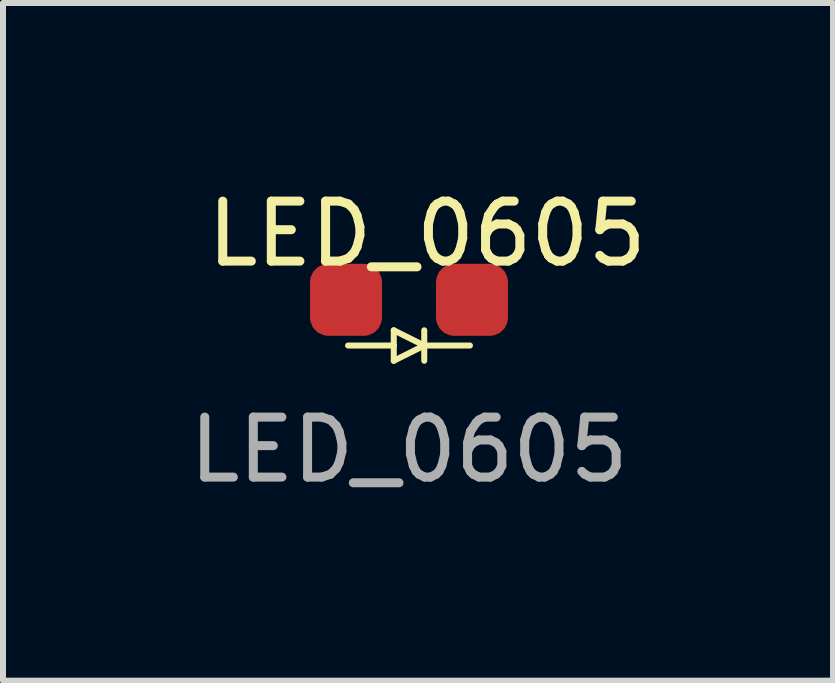
<source format=kicad_pcb>
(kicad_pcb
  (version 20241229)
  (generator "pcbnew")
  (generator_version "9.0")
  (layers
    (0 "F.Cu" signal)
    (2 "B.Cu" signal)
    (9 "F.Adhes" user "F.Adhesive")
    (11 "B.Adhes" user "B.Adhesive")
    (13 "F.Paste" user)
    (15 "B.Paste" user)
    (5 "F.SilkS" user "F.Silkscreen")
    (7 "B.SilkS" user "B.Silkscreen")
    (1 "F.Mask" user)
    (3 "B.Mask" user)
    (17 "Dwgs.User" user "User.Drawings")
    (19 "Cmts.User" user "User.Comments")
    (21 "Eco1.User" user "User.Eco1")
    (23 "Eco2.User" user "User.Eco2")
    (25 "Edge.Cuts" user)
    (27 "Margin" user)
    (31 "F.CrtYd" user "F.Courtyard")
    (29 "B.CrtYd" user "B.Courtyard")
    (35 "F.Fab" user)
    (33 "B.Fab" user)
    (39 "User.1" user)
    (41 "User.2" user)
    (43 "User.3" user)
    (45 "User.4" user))
  (footprint "LED_0605"
    (layer "F.Cu")
    (at 3.768 1.948)
    (property "Reference" "LED_0605" (at 0.3 -1.1 0) (unlocked yes) (layer "F.SilkS") (effects (font (size 1 1) (thickness 0.15))))
    (attr smd)
    (fp_line (start -1.016 0.762) (end -0.254 0.762) (stroke (width 0.1) (type default)) (layer "F.SilkS"))
    (fp_line (start -0.254 0.508) (end 0.254 0.762) (stroke (width 0.1) (type default)) (layer "F.SilkS"))
    (fp_line (start -0.254 0.762) (end -0.254 0.508) (stroke (width 0.1) (type default)) (layer "F.SilkS"))
    (fp_line (start -0.254 1.016) (end -0.254 0.762) (stroke (width 0.1) (type default)) (layer "F.SilkS"))
    (fp_line (start 0.254 0.508) (end 0.254 1.016) (stroke (width 0.1) (type default)) (layer "F.SilkS"))
    (fp_line (start 0.254 0.762) (end -0.254 1.016) (stroke (width 0.1) (type default)) (layer "F.SilkS"))
    (fp_line (start 0.254 0.762) (end 1.016 0.762) (stroke (width 0.1) (type default)) (layer "F.SilkS"))
    (fp_text user "${REFERENCE}" (at 0 2.5 0) (unlocked yes) (layer "F.Fab") (effects (font (size 1 1) (thickness 0.15))))
    (pad "A" smd roundrect (at -1.05 0) (size 1.2 1.2) (layers "F.Cu" "F.Mask" "F.Paste") (roundrect_rratio 0.25))
    (pad "K" smd roundrect (at 1.05 0) (size 1.2 1.2) (layers "F.Cu" "F.Mask" "F.Paste") (roundrect_rratio 0.25)))
  (gr_rect
    (start -3 -3)
    (end 10.836 8.296)
    (stroke (width 0.1) (type default))
    (fill no)
    (layer "Edge.Cuts")))
</source>
